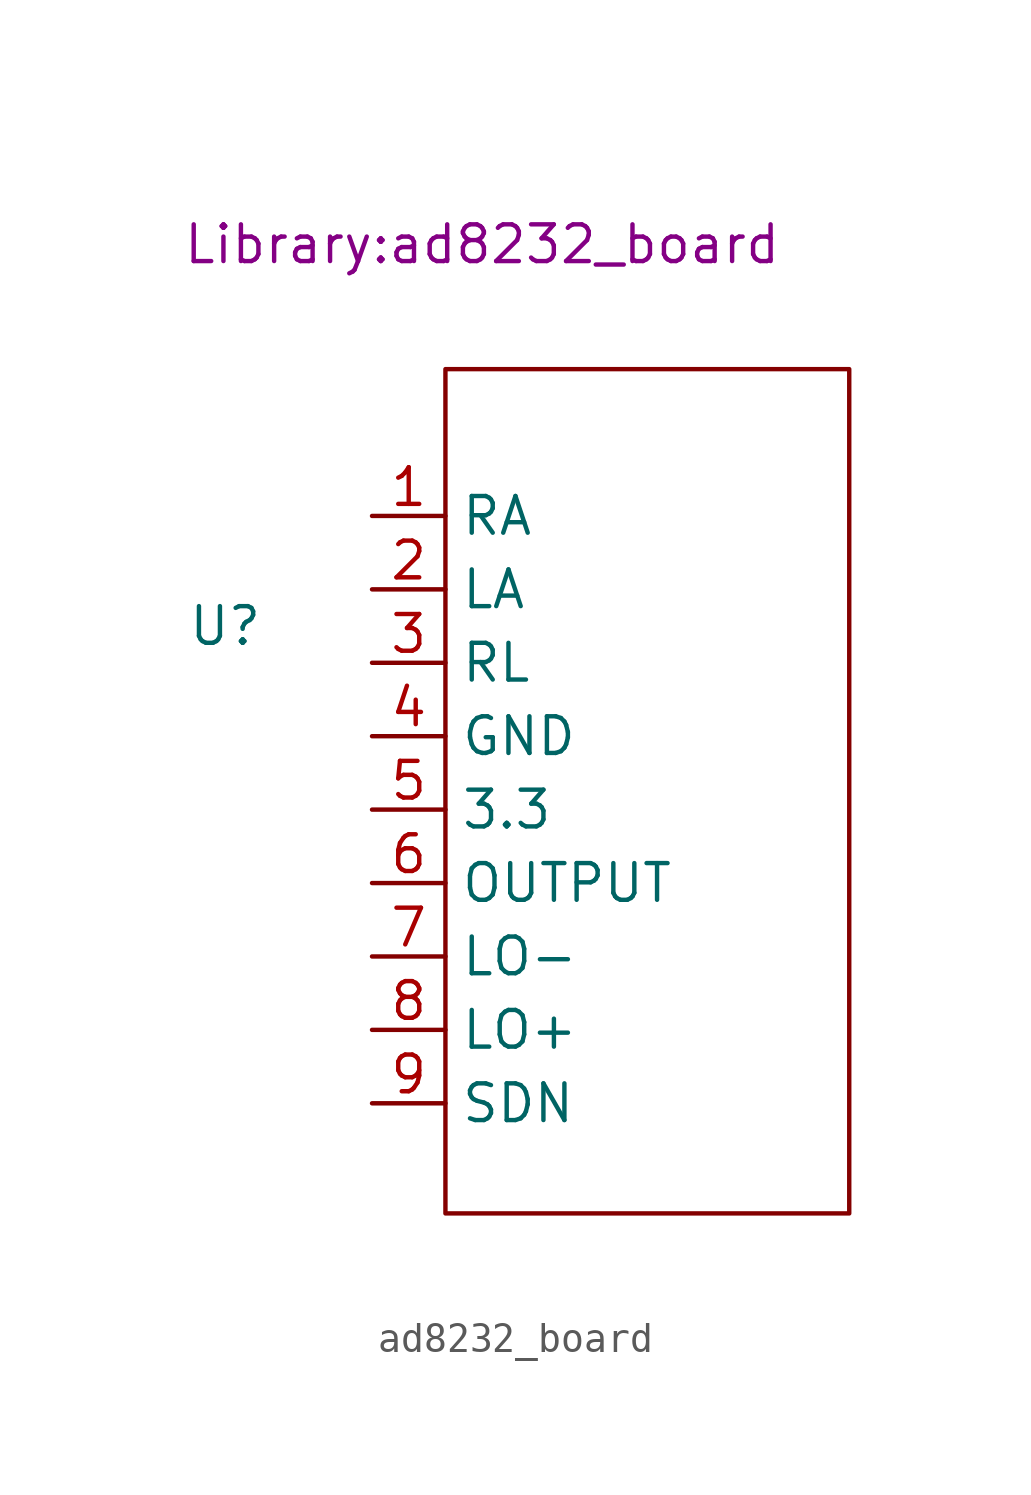
<source format=kicad_sym>
(kicad_symbol_lib
  (version 20231120)
  (generator "kicad_symbol_editor")
  (generator_version "8.0")
  (symbol "ad8232_board"
    (property "Reference" "U"
      (at 0 0 0)
      (effects (font (size 1.27 1.27))))
    (property "Value" ""
      (at 0 0 0)
      (effects (font (size 1.27 1.27))))
    (property "Footprint" "Library:ad8232_board"
      (at 8.89 13.208 0)
      (effects (font (size 1.27 1.27))))
    (symbol "ad8232_board_0_1"
      (rectangle (start 7.62 8.89) (end 21.59 -20.32) (stroke (width 0) (type default)) (fill (type none))))
    (symbol "ad8232_board_1_1"
      (pin input line (at 5.08 3.81 0) (length 2.54) (name "RA" (effects (font (size 1.27 1.27)))) (number "1" (effects (font (size 1.27 1.27)))))
      (pin input line (at 5.08 1.27 0) (length 2.54) (name "LA" (effects (font (size 1.27 1.27)))) (number "2" (effects (font (size 1.27 1.27)))))
      (pin input line (at 5.08 -1.27 0) (length 2.54) (name "RL" (effects (font (size 1.27 1.27)))) (number "3" (effects (font (size 1.27 1.27)))))
      (pin input line (at 5.08 -3.81 0) (length 2.54) (name "GND" (effects (font (size 1.27 1.27)))) (number "4" (effects (font (size 1.27 1.27)))))
      (pin input line (at 5.08 -6.35 0) (length 2.54) (name "3.3" (effects (font (size 1.27 1.27)))) (number "5" (effects (font (size 1.27 1.27)))))
      (pin input line (at 5.08 -8.89 0) (length 2.54) (name "OUTPUT" (effects (font (size 1.27 1.27)))) (number "6" (effects (font (size 1.27 1.27)))))
      (pin input line (at 5.08 -11.43 0) (length 2.54) (name "LO-" (effects (font (size 1.27 1.27)))) (number "7" (effects (font (size 1.27 1.27)))))
      (pin input line (at 5.08 -13.97 0) (length 2.54) (name "LO+" (effects (font (size 1.27 1.27)))) (number "8" (effects (font (size 1.27 1.27)))))
      (pin input line (at 5.08 -16.51 0) (length 2.54) (name "SDN" (effects (font (size 1.27 1.27)))) (number "9" (effects (font (size 1.27 1.27))))))))
</source>
